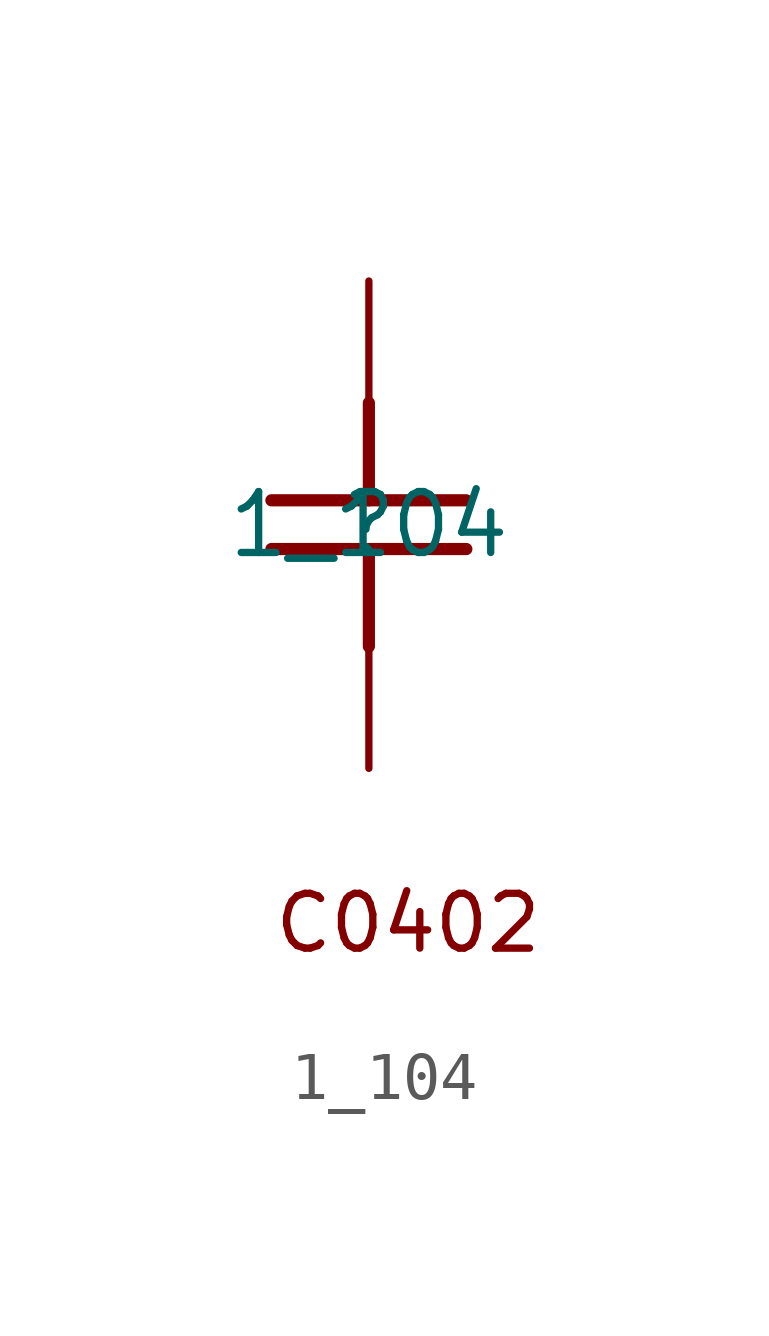
<source format=kicad_sym>
(kicad_symbol_lib
  (version 20211014)
  (generator kicad_symbol_editor)
  (symbol "1_104"
    (property "Reference" ""
      (at 0 0 0)
      (effects (font (size 1.27 1.27))))
    (property "Value" "1_104"
      (at 0 0 0)
      (effects (font (size 1.27 1.27))))
    (symbol "1_104_1_0"
      (polyline (pts (xy -2.032 0.508) (xy 2.032 0.508)) (stroke (width 0.254) (type default) (color 0 0 0 0)) (fill (type none)))
      (polyline (pts (xy 0 -0.508) (xy 0 -2.54)) (stroke (width 0.254) (type default) (color 0 0 0 0)) (fill (type none)))
      (polyline (pts (xy 0 2.54) (xy 0 0.508)) (stroke (width 0.254) (type default) (color 0 0 0 0)) (fill (type none)))
      (polyline (pts (xy 2.032 -0.508) (xy -2.032 -0.508)) (stroke (width 0.254) (type default) (color 0 0 0 0)) (fill (type none)))
      (text "C0402" (at -2.032 -8.976 0) (effects (font (size 1.143 1.143)) (justify left bottom)))
      (pin passive line (at 0 -5.08 90) (length 2.54) (name "1" (effects (font (size 0 0)))) (number "1" (effects (font (size 0 0)))))
      (pin passive line (at 0 5.08 270) (length 2.54) (name "2" (effects (font (size 0 0)))) (number "2" (effects (font (size 0 0))))))))
</source>
